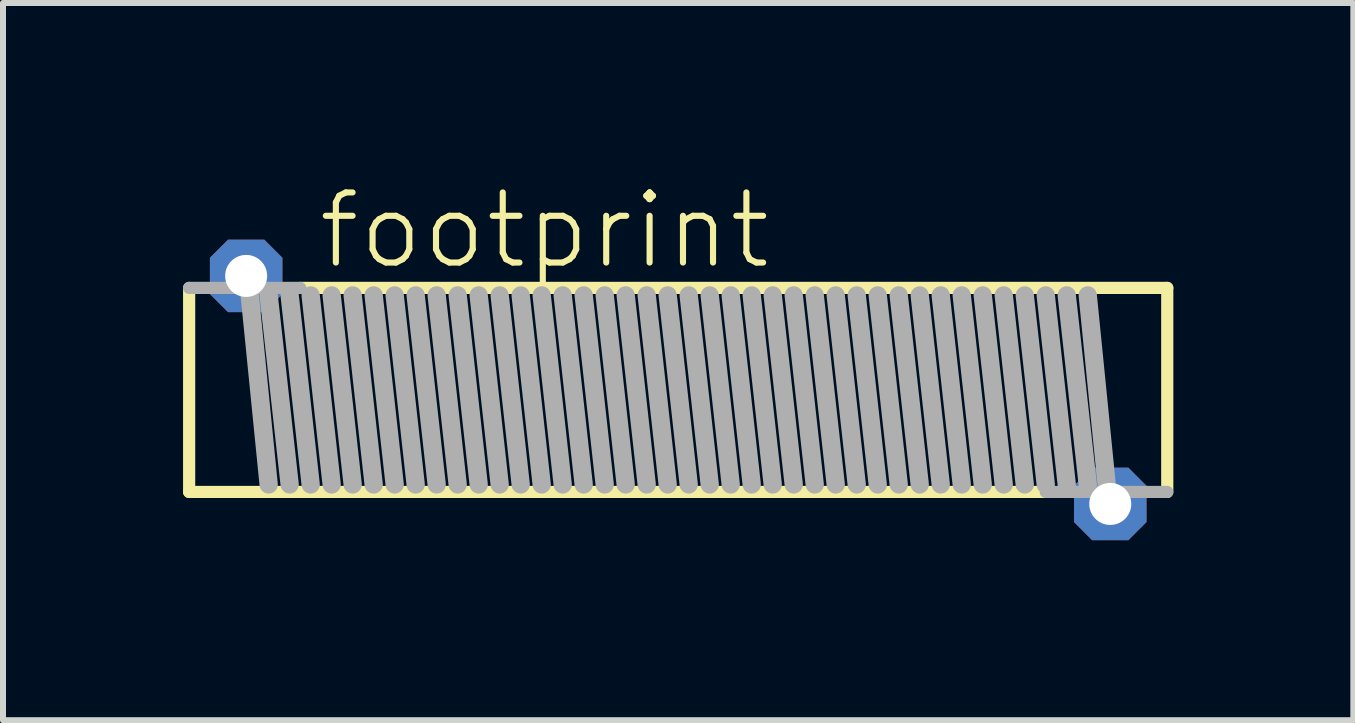
<source format=kicad_pcb>
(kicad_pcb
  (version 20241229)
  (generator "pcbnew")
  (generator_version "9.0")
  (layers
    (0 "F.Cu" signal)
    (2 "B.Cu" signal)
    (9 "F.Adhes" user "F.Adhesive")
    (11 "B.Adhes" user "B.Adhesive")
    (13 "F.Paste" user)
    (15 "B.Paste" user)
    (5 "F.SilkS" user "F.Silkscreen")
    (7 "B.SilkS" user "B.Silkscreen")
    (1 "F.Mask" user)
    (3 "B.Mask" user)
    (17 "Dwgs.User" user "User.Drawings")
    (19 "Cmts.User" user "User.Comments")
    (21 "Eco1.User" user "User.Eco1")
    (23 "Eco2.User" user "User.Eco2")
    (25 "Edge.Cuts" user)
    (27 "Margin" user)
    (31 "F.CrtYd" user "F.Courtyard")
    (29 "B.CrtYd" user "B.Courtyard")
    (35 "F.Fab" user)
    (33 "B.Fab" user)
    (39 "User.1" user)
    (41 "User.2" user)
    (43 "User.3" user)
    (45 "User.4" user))
  (footprint "footprint"
    (layer "F.Cu")
    (at 8.252 3.448)
    (property "Reference" "footprint" (at -6.05 -1.975 0) (layer "F.SilkS") (effects (font (size 1.168 1.168) (thickness 0.102)) (justify left bottom)))
    (fp_line (start -8.15 1.7) (end -8.15 -1.7) (stroke (width 0.203) (type solid)) (layer "F.SilkS"))
    (fp_line (start -6.3 -1.7) (end 8.15 -1.7) (stroke (width 0.203) (type solid)) (layer "F.SilkS"))
    (fp_line (start 6.125 1.7) (end -8.15 1.7) (stroke (width 0.203) (type solid)) (layer "F.SilkS"))
    (fp_line (start 8.15 -1.7) (end 8.15 1.7) (stroke (width 0.203) (type solid)) (layer "F.SilkS"))
    (fp_line (start -8.15 -1.7) (end -6.3 -1.7) (stroke (width 0.203) (type solid)) (layer "F.Fab"))
    (fp_line (start -7.175 -1.925) (end -6.825 1.575) (stroke (width 0.305) (type solid)) (layer "F.Fab"))
    (fp_line (start -6.825 -1.575) (end -6.475 1.575) (stroke (width 0.305) (type solid)) (layer "F.Fab"))
    (fp_line (start -6.475 -1.575) (end -6.125 1.575) (stroke (width 0.305) (type solid)) (layer "F.Fab"))
    (fp_line (start -6.125 -1.575) (end -5.775 1.575) (stroke (width 0.305) (type solid)) (layer "F.Fab"))
    (fp_line (start -5.775 -1.575) (end -5.425 1.575) (stroke (width 0.305) (type solid)) (layer "F.Fab"))
    (fp_line (start -5.425 -1.575) (end -5.075 1.575) (stroke (width 0.305) (type solid)) (layer "F.Fab"))
    (fp_line (start -5.075 -1.575) (end -4.725 1.575) (stroke (width 0.305) (type solid)) (layer "F.Fab"))
    (fp_line (start -4.725 -1.575) (end -4.375 1.575) (stroke (width 0.305) (type solid)) (layer "F.Fab"))
    (fp_line (start -4.375 -1.575) (end -4.025 1.575) (stroke (width 0.305) (type solid)) (layer "F.Fab"))
    (fp_line (start -4.025 -1.575) (end -3.675 1.575) (stroke (width 0.305) (type solid)) (layer "F.Fab"))
    (fp_line (start -3.675 -1.575) (end -3.325 1.575) (stroke (width 0.305) (type solid)) (layer "F.Fab"))
    (fp_line (start -3.325 -1.575) (end -2.975 1.575) (stroke (width 0.305) (type solid)) (layer "F.Fab"))
    (fp_line (start -2.975 -1.575) (end -2.625 1.575) (stroke (width 0.305) (type solid)) (layer "F.Fab"))
    (fp_line (start -2.625 -1.575) (end -2.275 1.575) (stroke (width 0.305) (type solid)) (layer "F.Fab"))
    (fp_line (start -2.275 -1.575) (end -1.925 1.575) (stroke (width 0.305) (type solid)) (layer "F.Fab"))
    (fp_line (start -1.925 -1.575) (end -1.575 1.575) (stroke (width 0.305) (type solid)) (layer "F.Fab"))
    (fp_line (start -1.575 -1.575) (end -1.225 1.575) (stroke (width 0.305) (type solid)) (layer "F.Fab"))
    (fp_line (start -1.225 -1.575) (end -0.875 1.575) (stroke (width 0.305) (type solid)) (layer "F.Fab"))
    (fp_line (start -0.875 -1.575) (end -0.525 1.575) (stroke (width 0.305) (type solid)) (layer "F.Fab"))
    (fp_line (start -0.525 -1.575) (end -0.175 1.575) (stroke (width 0.305) (type solid)) (layer "F.Fab"))
    (fp_line (start -0.175 -1.575) (end 0.175 1.575) (stroke (width 0.305) (type solid)) (layer "F.Fab"))
    (fp_line (start 0.175 -1.575) (end 0.525 1.575) (stroke (width 0.305) (type solid)) (layer "F.Fab"))
    (fp_line (start 0.525 -1.575) (end 0.875 1.575) (stroke (width 0.305) (type solid)) (layer "F.Fab"))
    (fp_line (start 0.875 -1.575) (end 1.225 1.575) (stroke (width 0.305) (type solid)) (layer "F.Fab"))
    (fp_line (start 1.225 -1.575) (end 1.575 1.575) (stroke (width 0.305) (type solid)) (layer "F.Fab"))
    (fp_line (start 1.575 -1.575) (end 1.925 1.575) (stroke (width 0.305) (type solid)) (layer "F.Fab"))
    (fp_line (start 1.925 -1.575) (end 2.275 1.575) (stroke (width 0.305) (type solid)) (layer "F.Fab"))
    (fp_line (start 2.275 -1.575) (end 2.625 1.575) (stroke (width 0.305) (type solid)) (layer "F.Fab"))
    (fp_line (start 2.625 -1.575) (end 2.975 1.575) (stroke (width 0.305) (type solid)) (layer "F.Fab"))
    (fp_line (start 2.975 -1.575) (end 3.325 1.575) (stroke (width 0.305) (type solid)) (layer "F.Fab"))
    (fp_line (start 3.325 -1.575) (end 3.675 1.575) (stroke (width 0.305) (type solid)) (layer "F.Fab"))
    (fp_line (start 3.675 -1.575) (end 4.025 1.575) (stroke (width 0.305) (type solid)) (layer "F.Fab"))
    (fp_line (start 4.025 -1.575) (end 4.375 1.575) (stroke (width 0.305) (type solid)) (layer "F.Fab"))
    (fp_line (start 4.375 -1.575) (end 4.725 1.575) (stroke (width 0.305) (type solid)) (layer "F.Fab"))
    (fp_line (start 4.725 -1.575) (end 5.075 1.575) (stroke (width 0.305) (type solid)) (layer "F.Fab"))
    (fp_line (start 5.075 -1.575) (end 5.425 1.575) (stroke (width 0.305) (type solid)) (layer "F.Fab"))
    (fp_line (start 5.425 -1.575) (end 5.775 1.575) (stroke (width 0.305) (type solid)) (layer "F.Fab"))
    (fp_line (start 5.775 -1.575) (end 6.125 1.575) (stroke (width 0.305) (type solid)) (layer "F.Fab"))
    (fp_line (start 6.125 -1.575) (end 6.475 1.575) (stroke (width 0.305) (type solid)) (layer "F.Fab"))
    (fp_line (start 6.475 -1.575) (end 6.825 1.575) (stroke (width 0.305) (type solid)) (layer "F.Fab"))
    (fp_line (start 7.175 1.925) (end 6.825 -1.575) (stroke (width 0.305) (type solid)) (layer "F.Fab"))
    (fp_line (start 8.15 1.7) (end 6.125 1.7) (stroke (width 0.203) (type solid)) (layer "F.Fab"))
    (pad "1" thru_hole roundrect (at 7.2 1.9) (size 1.208 1.208) (drill 0.7) (layers "*.Cu" "*.Mask") (roundrect_rratio 0.25) (chamfer_ratio 0.25) (chamfer top_left top_right bottom_left bottom_right))
    (pad "2" thru_hole roundrect (at -7.2 -1.9) (size 1.208 1.208) (drill 0.7) (layers "*.Cu" "*.Mask") (roundrect_rratio 0.25) (chamfer_ratio 0.25) (chamfer top_left top_right bottom_left bottom_right)))
  (gr_rect
    (start -3 -3)
    (end 19.503 8.952)
    (stroke (width 0.1) (type default))
    (fill no)
    (layer "Edge.Cuts")))
</source>
